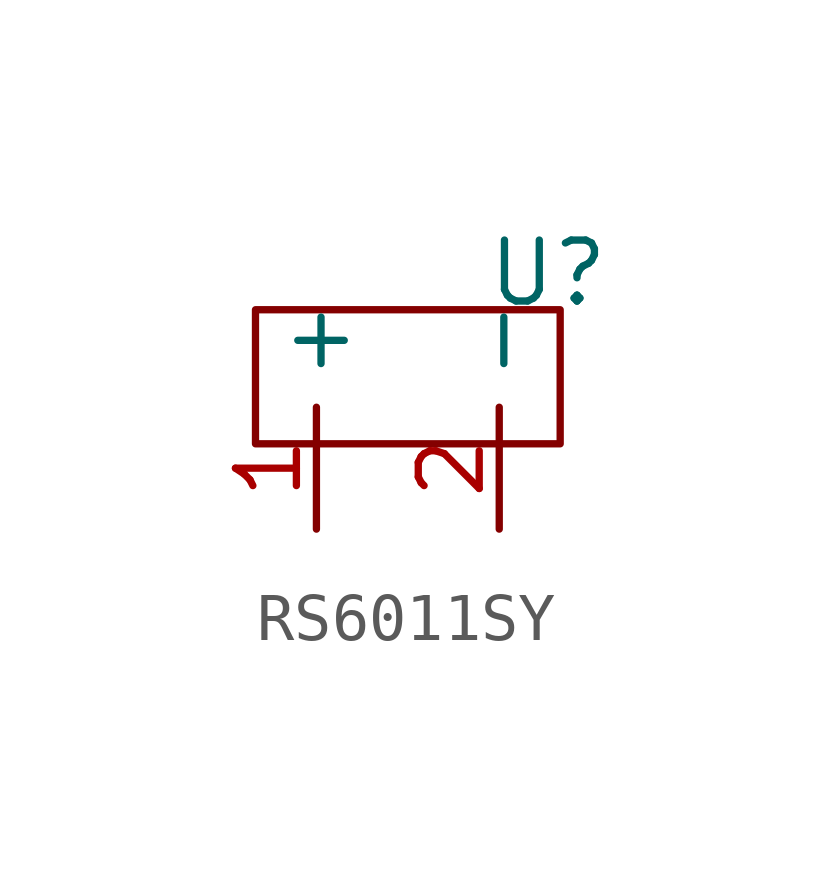
<source format=kicad_sym>
(kicad_symbol_lib
  (version 20220914)
  (generator kicad_symbol_editor)
  (symbol "RS6011SY"
    (property "Reference" "U"
      (at 3.302 2.794 0)
      (effects (font (size 1.27 1.27))))
    (property "Value" ""
      (at 0 0 0)
      (effects (font (size 1.27 1.27))))
    (symbol "RS6011SY_0_1"
      (rectangle (start -2.794 2.032) (end 3.556 -0.762) (stroke (width 0) (type default)) (fill (type none))))
    (symbol "RS6011SY_1_1"
      (pin input line (at -1.524 -2.54 90) (length 2.54) (name "+" (effects (font (size 1.27 1.27)))) (number "1" (effects (font (size 1.27 1.27)))))
      (pin input line (at 2.286 -2.54 90) (length 2.54) (name "-" (effects (font (size 1.27 1.27)))) (number "2" (effects (font (size 1.27 1.27))))))))
</source>
